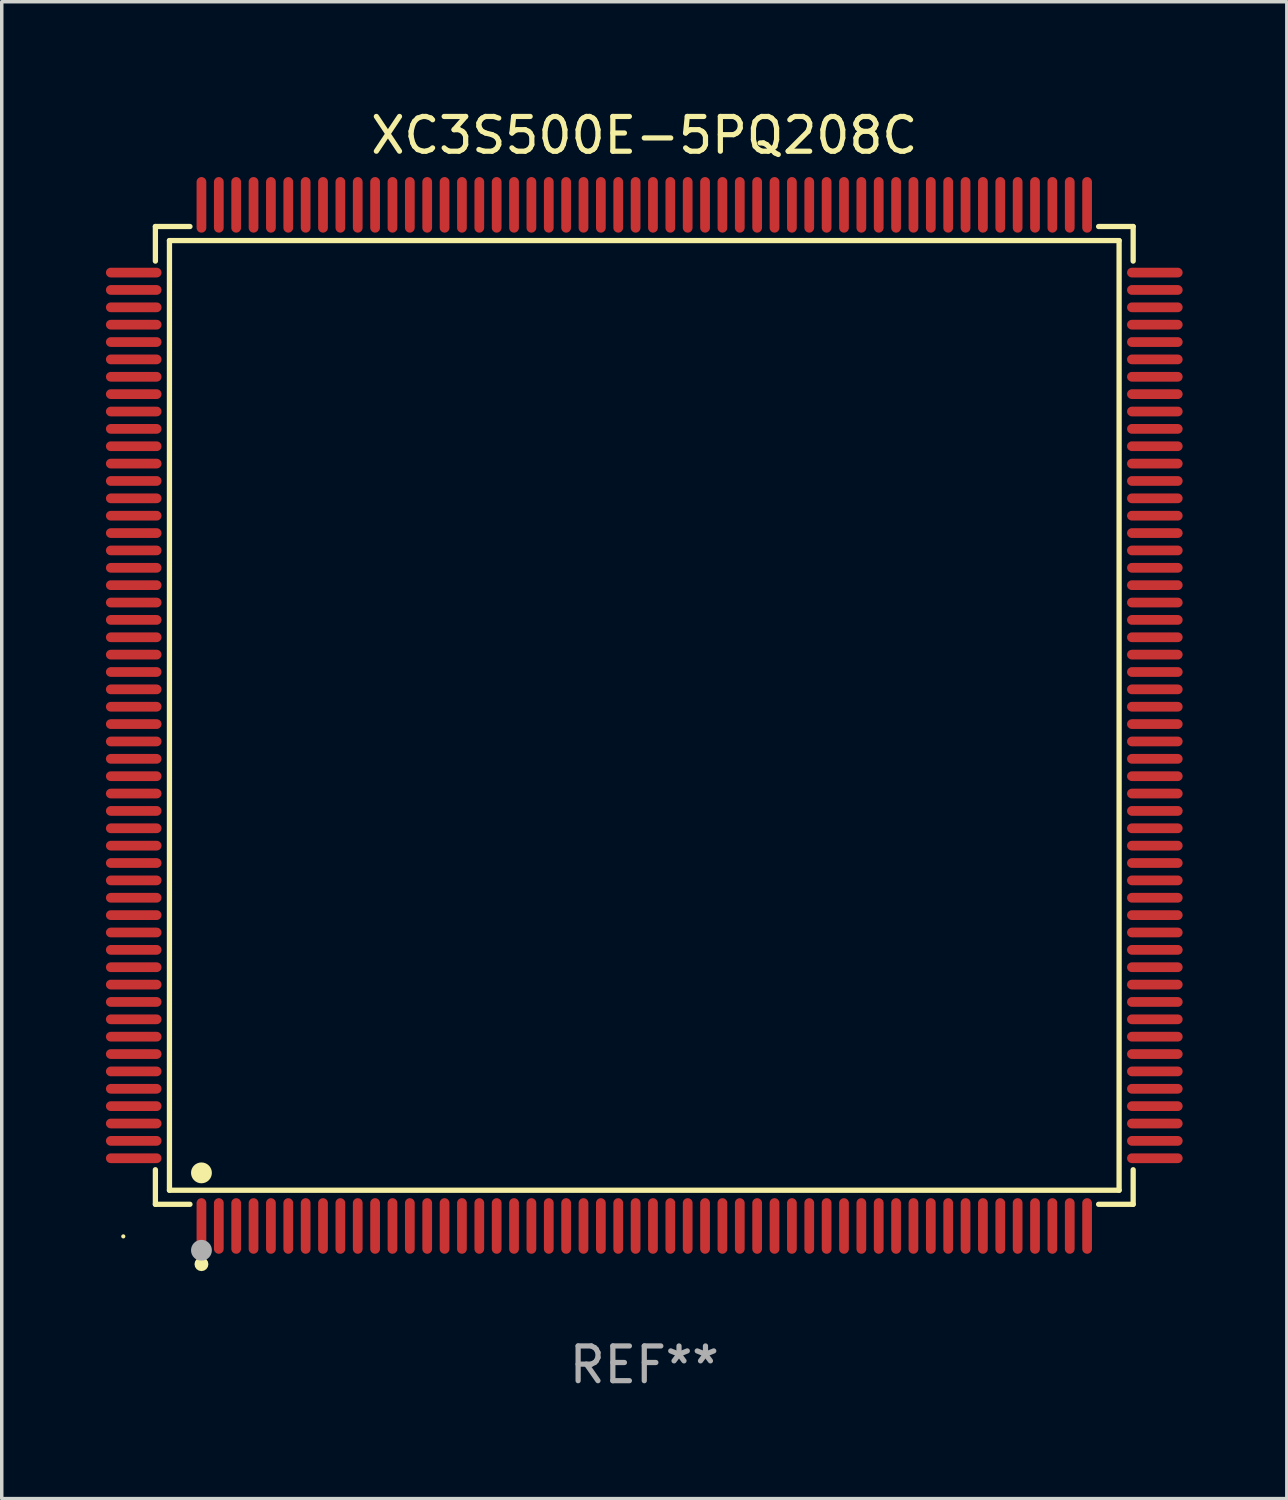
<source format=kicad_pcb>
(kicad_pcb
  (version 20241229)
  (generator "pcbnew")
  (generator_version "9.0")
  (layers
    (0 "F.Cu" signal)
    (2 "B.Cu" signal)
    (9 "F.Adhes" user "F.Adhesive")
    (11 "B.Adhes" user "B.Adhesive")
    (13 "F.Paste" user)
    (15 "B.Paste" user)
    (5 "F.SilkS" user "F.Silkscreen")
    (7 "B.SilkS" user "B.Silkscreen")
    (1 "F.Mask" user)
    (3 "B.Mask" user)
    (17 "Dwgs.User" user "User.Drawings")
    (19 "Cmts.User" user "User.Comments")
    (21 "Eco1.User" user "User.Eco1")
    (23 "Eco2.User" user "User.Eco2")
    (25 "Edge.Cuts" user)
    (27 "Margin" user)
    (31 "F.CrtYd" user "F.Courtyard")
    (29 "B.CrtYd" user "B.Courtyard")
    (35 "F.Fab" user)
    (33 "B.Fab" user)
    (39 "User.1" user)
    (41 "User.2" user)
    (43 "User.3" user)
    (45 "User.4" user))
  (footprint "XC3S500E-5PQ208C"
    (layer "F.Cu")
    (at 15.5 17.548)
    (property "Reference" "XC3S500E-5PQ208C" (at 0 -16.7 0) (layer "F.SilkS") (effects (font (size 1 1) (thickness 0.15))))
    (attr through_hole)
    (fp_line (start -14.076 -14.076) (end -13.081 -14.076) (stroke (width 0.152) (type solid)) (layer "F.SilkS"))
    (fp_line (start -14.076 -13.081) (end -14.076 -14.076) (stroke (width 0.152) (type solid)) (layer "F.SilkS"))
    (fp_line (start -14.076 13.081) (end -14.076 14.076) (stroke (width 0.152) (type solid)) (layer "F.SilkS"))
    (fp_line (start -14.076 14.076) (end -13.081 14.076) (stroke (width 0.152) (type solid)) (layer "F.SilkS"))
    (fp_line (start -13.671 -13.671) (end 13.671 -13.671) (stroke (width 0.152) (type solid)) (layer "F.SilkS"))
    (fp_line (start -13.671 13.671) (end -13.671 -13.671) (stroke (width 0.152) (type solid)) (layer "F.SilkS"))
    (fp_line (start 13.671 -13.671) (end 13.671 13.671) (stroke (width 0.152) (type solid)) (layer "F.SilkS"))
    (fp_line (start 13.671 13.671) (end -13.671 13.671) (stroke (width 0.152) (type solid)) (layer "F.SilkS"))
    (fp_line (start 14.076 -14.076) (end 13.081 -14.076) (stroke (width 0.152) (type solid)) (layer "F.SilkS"))
    (fp_line (start 14.076 -13.081) (end 14.076 -14.076) (stroke (width 0.152) (type solid)) (layer "F.SilkS"))
    (fp_line (start 14.076 13.081) (end 14.076 14.076) (stroke (width 0.152) (type solid)) (layer "F.SilkS"))
    (fp_line (start 14.076 14.076) (end 13.081 14.076) (stroke (width 0.152) (type solid)) (layer "F.SilkS"))
    (fp_circle (center -15 15) (end -14.97 15) (stroke (width 0.06) (type solid)) (fill no) (layer "F.SilkS"))
    (fp_circle (center -12.75 13.171) (end -12.6 13.171) (stroke (width 0.3) (type solid)) (fill no) (layer "F.SilkS"))
    (fp_circle (center -12.75 15.8) (end -12.65 15.8) (stroke (width 0.2) (type solid)) (fill no) (layer "F.SilkS"))
    (fp_circle (center -12.75 15.4) (end -12.6 15.4) (stroke (width 0.3) (type solid)) (fill no) (layer "F.Fab"))
    (fp_text user "REF**" (at 0 18.7 0) (layer "F.Fab") (effects (font (size 1 1) (thickness 0.15))))
    (pad "1" smd oval (at -12.75 14.7) (size 0.28 1.6) (layers "F.Cu" "F.Mask" "F.Paste"))
    (pad "2" smd oval (at -12.25 14.7) (size 0.28 1.6) (layers "F.Cu" "F.Mask" "F.Paste"))
    (pad "3" smd oval (at -11.75 14.7) (size 0.28 1.6) (layers "F.Cu" "F.Mask" "F.Paste"))
    (pad "4" smd oval (at -11.25 14.7) (size 0.28 1.6) (layers "F.Cu" "F.Mask" "F.Paste"))
    (pad "5" smd oval (at -10.75 14.7) (size 0.28 1.6) (layers "F.Cu" "F.Mask" "F.Paste"))
    (pad "6" smd oval (at -10.25 14.7) (size 0.28 1.6) (layers "F.Cu" "F.Mask" "F.Paste"))
    (pad "7" smd oval (at -9.75 14.7) (size 0.28 1.6) (layers "F.Cu" "F.Mask" "F.Paste"))
    (pad "8" smd oval (at -9.25 14.7) (size 0.28 1.6) (layers "F.Cu" "F.Mask" "F.Paste"))
    (pad "9" smd oval (at -8.75 14.7) (size 0.28 1.6) (layers "F.Cu" "F.Mask" "F.Paste"))
    (pad "10" smd oval (at -8.25 14.7) (size 0.28 1.6) (layers "F.Cu" "F.Mask" "F.Paste"))
    (pad "11" smd oval (at -7.75 14.7) (size 0.28 1.6) (layers "F.Cu" "F.Mask" "F.Paste"))
    (pad "12" smd oval (at -7.25 14.7) (size 0.28 1.6) (layers "F.Cu" "F.Mask" "F.Paste"))
    (pad "13" smd oval (at -6.75 14.7) (size 0.28 1.6) (layers "F.Cu" "F.Mask" "F.Paste"))
    (pad "14" smd oval (at -6.25 14.7) (size 0.28 1.6) (layers "F.Cu" "F.Mask" "F.Paste"))
    (pad "15" smd oval (at -5.75 14.7) (size 0.28 1.6) (layers "F.Cu" "F.Mask" "F.Paste"))
    (pad "16" smd oval (at -5.25 14.7) (size 0.28 1.6) (layers "F.Cu" "F.Mask" "F.Paste"))
    (pad "17" smd oval (at -4.75 14.7) (size 0.28 1.6) (layers "F.Cu" "F.Mask" "F.Paste"))
    (pad "18" smd oval (at -4.25 14.7) (size 0.28 1.6) (layers "F.Cu" "F.Mask" "F.Paste"))
    (pad "19" smd oval (at -3.75 14.7) (size 0.28 1.6) (layers "F.Cu" "F.Mask" "F.Paste"))
    (pad "20" smd oval (at -3.25 14.7) (size 0.28 1.6) (layers "F.Cu" "F.Mask" "F.Paste"))
    (pad "21" smd oval (at -2.75 14.7) (size 0.28 1.6) (layers "F.Cu" "F.Mask" "F.Paste"))
    (pad "22" smd oval (at -2.25 14.7) (size 0.28 1.6) (layers "F.Cu" "F.Mask" "F.Paste"))
    (pad "23" smd oval (at -1.75 14.7) (size 0.28 1.6) (layers "F.Cu" "F.Mask" "F.Paste"))
    (pad "24" smd oval (at -1.25 14.7) (size 0.28 1.6) (layers "F.Cu" "F.Mask" "F.Paste"))
    (pad "25" smd oval (at -0.75 14.7) (size 0.28 1.6) (layers "F.Cu" "F.Mask" "F.Paste"))
    (pad "26" smd oval (at -0.25 14.7) (size 0.28 1.6) (layers "F.Cu" "F.Mask" "F.Paste"))
    (pad "27" smd oval (at 0.25 14.7) (size 0.28 1.6) (layers "F.Cu" "F.Mask" "F.Paste"))
    (pad "28" smd oval (at 0.75 14.7) (size 0.28 1.6) (layers "F.Cu" "F.Mask" "F.Paste"))
    (pad "29" smd oval (at 1.25 14.7) (size 0.28 1.6) (layers "F.Cu" "F.Mask" "F.Paste"))
    (pad "30" smd oval (at 1.75 14.7) (size 0.28 1.6) (layers "F.Cu" "F.Mask" "F.Paste"))
    (pad "31" smd oval (at 2.25 14.7) (size 0.28 1.6) (layers "F.Cu" "F.Mask" "F.Paste"))
    (pad "32" smd oval (at 2.75 14.7) (size 0.28 1.6) (layers "F.Cu" "F.Mask" "F.Paste"))
    (pad "33" smd oval (at 3.25 14.7) (size 0.28 1.6) (layers "F.Cu" "F.Mask" "F.Paste"))
    (pad "34" smd oval (at 3.75 14.7) (size 0.28 1.6) (layers "F.Cu" "F.Mask" "F.Paste"))
    (pad "35" smd oval (at 4.25 14.7) (size 0.28 1.6) (layers "F.Cu" "F.Mask" "F.Paste"))
    (pad "36" smd oval (at 4.75 14.7) (size 0.28 1.6) (layers "F.Cu" "F.Mask" "F.Paste"))
    (pad "37" smd oval (at 5.25 14.7) (size 0.28 1.6) (layers "F.Cu" "F.Mask" "F.Paste"))
    (pad "38" smd oval (at 5.75 14.7) (size 0.28 1.6) (layers "F.Cu" "F.Mask" "F.Paste"))
    (pad "39" smd oval (at 6.25 14.7) (size 0.28 1.6) (layers "F.Cu" "F.Mask" "F.Paste"))
    (pad "40" smd oval (at 6.75 14.7) (size 0.28 1.6) (layers "F.Cu" "F.Mask" "F.Paste"))
    (pad "41" smd oval (at 7.25 14.7) (size 0.28 1.6) (layers "F.Cu" "F.Mask" "F.Paste"))
    (pad "42" smd oval (at 7.75 14.7) (size 0.28 1.6) (layers "F.Cu" "F.Mask" "F.Paste"))
    (pad "43" smd oval (at 8.25 14.7) (size 0.28 1.6) (layers "F.Cu" "F.Mask" "F.Paste"))
    (pad "44" smd oval (at 8.75 14.7) (size 0.28 1.6) (layers "F.Cu" "F.Mask" "F.Paste"))
    (pad "45" smd oval (at 9.25 14.7) (size 0.28 1.6) (layers "F.Cu" "F.Mask" "F.Paste"))
    (pad "46" smd oval (at 9.75 14.7) (size 0.28 1.6) (layers "F.Cu" "F.Mask" "F.Paste"))
    (pad "47" smd oval (at 10.25 14.7) (size 0.28 1.6) (layers "F.Cu" "F.Mask" "F.Paste"))
    (pad "48" smd oval (at 10.75 14.7) (size 0.28 1.6) (layers "F.Cu" "F.Mask" "F.Paste"))
    (pad "49" smd oval (at 11.25 14.7) (size 0.28 1.6) (layers "F.Cu" "F.Mask" "F.Paste"))
    (pad "50" smd oval (at 11.75 14.7) (size 0.28 1.6) (layers "F.Cu" "F.Mask" "F.Paste"))
    (pad "51" smd oval (at 12.25 14.7) (size 0.28 1.6) (layers "F.Cu" "F.Mask" "F.Paste"))
    (pad "52" smd oval (at 12.75 14.7) (size 0.28 1.6) (layers "F.Cu" "F.Mask" "F.Paste"))
    (pad "53" smd oval (at 14.7 12.75) (size 1.6 0.28) (layers "F.Cu" "F.Mask" "F.Paste"))
    (pad "54" smd oval (at 14.7 12.25) (size 1.6 0.28) (layers "F.Cu" "F.Mask" "F.Paste"))
    (pad "55" smd oval (at 14.7 11.75) (size 1.6 0.28) (layers "F.Cu" "F.Mask" "F.Paste"))
    (pad "56" smd oval (at 14.7 11.25) (size 1.6 0.28) (layers "F.Cu" "F.Mask" "F.Paste"))
    (pad "57" smd oval (at 14.7 10.75) (size 1.6 0.28) (layers "F.Cu" "F.Mask" "F.Paste"))
    (pad "58" smd oval (at 14.7 10.25) (size 1.6 0.28) (layers "F.Cu" "F.Mask" "F.Paste"))
    (pad "59" smd oval (at 14.7 9.75) (size 1.6 0.28) (layers "F.Cu" "F.Mask" "F.Paste"))
    (pad "60" smd oval (at 14.7 9.25) (size 1.6 0.28) (layers "F.Cu" "F.Mask" "F.Paste"))
    (pad "61" smd oval (at 14.7 8.75) (size 1.6 0.28) (layers "F.Cu" "F.Mask" "F.Paste"))
    (pad "62" smd oval (at 14.7 8.25) (size 1.6 0.28) (layers "F.Cu" "F.Mask" "F.Paste"))
    (pad "63" smd oval (at 14.7 7.75) (size 1.6 0.28) (layers "F.Cu" "F.Mask" "F.Paste"))
    (pad "64" smd oval (at 14.7 7.25) (size 1.6 0.28) (layers "F.Cu" "F.Mask" "F.Paste"))
    (pad "65" smd oval (at 14.7 6.75) (size 1.6 0.28) (layers "F.Cu" "F.Mask" "F.Paste"))
    (pad "66" smd oval (at 14.7 6.25) (size 1.6 0.28) (layers "F.Cu" "F.Mask" "F.Paste"))
    (pad "67" smd oval (at 14.7 5.75) (size 1.6 0.28) (layers "F.Cu" "F.Mask" "F.Paste"))
    (pad "68" smd oval (at 14.7 5.25) (size 1.6 0.28) (layers "F.Cu" "F.Mask" "F.Paste"))
    (pad "69" smd oval (at 14.7 4.75) (size 1.6 0.28) (layers "F.Cu" "F.Mask" "F.Paste"))
    (pad "70" smd oval (at 14.7 4.25) (size 1.6 0.28) (layers "F.Cu" "F.Mask" "F.Paste"))
    (pad "71" smd oval (at 14.7 3.75) (size 1.6 0.28) (layers "F.Cu" "F.Mask" "F.Paste"))
    (pad "72" smd oval (at 14.7 3.25) (size 1.6 0.28) (layers "F.Cu" "F.Mask" "F.Paste"))
    (pad "73" smd oval (at 14.7 2.75) (size 1.6 0.28) (layers "F.Cu" "F.Mask" "F.Paste"))
    (pad "74" smd oval (at 14.7 2.25) (size 1.6 0.28) (layers "F.Cu" "F.Mask" "F.Paste"))
    (pad "75" smd oval (at 14.7 1.75) (size 1.6 0.28) (layers "F.Cu" "F.Mask" "F.Paste"))
    (pad "76" smd oval (at 14.7 1.25) (size 1.6 0.28) (layers "F.Cu" "F.Mask" "F.Paste"))
    (pad "77" smd oval (at 14.7 0.75) (size 1.6 0.28) (layers "F.Cu" "F.Mask" "F.Paste"))
    (pad "78" smd oval (at 14.7 0.25) (size 1.6 0.28) (layers "F.Cu" "F.Mask" "F.Paste"))
    (pad "79" smd oval (at 14.7 -0.25) (size 1.6 0.28) (layers "F.Cu" "F.Mask" "F.Paste"))
    (pad "80" smd oval (at 14.7 -0.75) (size 1.6 0.28) (layers "F.Cu" "F.Mask" "F.Paste"))
    (pad "81" smd oval (at 14.7 -1.25) (size 1.6 0.28) (layers "F.Cu" "F.Mask" "F.Paste"))
    (pad "82" smd oval (at 14.7 -1.75) (size 1.6 0.28) (layers "F.Cu" "F.Mask" "F.Paste"))
    (pad "83" smd oval (at 14.7 -2.25) (size 1.6 0.28) (layers "F.Cu" "F.Mask" "F.Paste"))
    (pad "84" smd oval (at 14.7 -2.75) (size 1.6 0.28) (layers "F.Cu" "F.Mask" "F.Paste"))
    (pad "85" smd oval (at 14.7 -3.25) (size 1.6 0.28) (layers "F.Cu" "F.Mask" "F.Paste"))
    (pad "86" smd oval (at 14.7 -3.75) (size 1.6 0.28) (layers "F.Cu" "F.Mask" "F.Paste"))
    (pad "87" smd oval (at 14.7 -4.25) (size 1.6 0.28) (layers "F.Cu" "F.Mask" "F.Paste"))
    (pad "88" smd oval (at 14.7 -4.75) (size 1.6 0.28) (layers "F.Cu" "F.Mask" "F.Paste"))
    (pad "89" smd oval (at 14.7 -5.25) (size 1.6 0.28) (layers "F.Cu" "F.Mask" "F.Paste"))
    (pad "90" smd oval (at 14.7 -5.75) (size 1.6 0.28) (layers "F.Cu" "F.Mask" "F.Paste"))
    (pad "91" smd oval (at 14.7 -6.25) (size 1.6 0.28) (layers "F.Cu" "F.Mask" "F.Paste"))
    (pad "92" smd oval (at 14.7 -6.75) (size 1.6 0.28) (layers "F.Cu" "F.Mask" "F.Paste"))
    (pad "93" smd oval (at 14.7 -7.25) (size 1.6 0.28) (layers "F.Cu" "F.Mask" "F.Paste"))
    (pad "94" smd oval (at 14.7 -7.75) (size 1.6 0.28) (layers "F.Cu" "F.Mask" "F.Paste"))
    (pad "95" smd oval (at 14.7 -8.25) (size 1.6 0.28) (layers "F.Cu" "F.Mask" "F.Paste"))
    (pad "96" smd oval (at 14.7 -8.75) (size 1.6 0.28) (layers "F.Cu" "F.Mask" "F.Paste"))
    (pad "97" smd oval (at 14.7 -9.25) (size 1.6 0.28) (layers "F.Cu" "F.Mask" "F.Paste"))
    (pad "98" smd oval (at 14.7 -9.75) (size 1.6 0.28) (layers "F.Cu" "F.Mask" "F.Paste"))
    (pad "99" smd oval (at 14.7 -10.25) (size 1.6 0.28) (layers "F.Cu" "F.Mask" "F.Paste"))
    (pad "100" smd oval (at 14.7 -10.75) (size 1.6 0.28) (layers "F.Cu" "F.Mask" "F.Paste"))
    (pad "101" smd oval (at 14.7 -11.25) (size 1.6 0.28) (layers "F.Cu" "F.Mask" "F.Paste"))
    (pad "102" smd oval (at 14.7 -11.75) (size 1.6 0.28) (layers "F.Cu" "F.Mask" "F.Paste"))
    (pad "103" smd oval (at 14.7 -12.25) (size 1.6 0.28) (layers "F.Cu" "F.Mask" "F.Paste"))
    (pad "104" smd oval (at 14.7 -12.75) (size 1.6 0.28) (layers "F.Cu" "F.Mask" "F.Paste"))
    (pad "105" smd oval (at 12.75 -14.7) (size 0.28 1.6) (layers "F.Cu" "F.Mask" "F.Paste"))
    (pad "106" smd oval (at 12.25 -14.7) (size 0.28 1.6) (layers "F.Cu" "F.Mask" "F.Paste"))
    (pad "107" smd oval (at 11.75 -14.7) (size 0.28 1.6) (layers "F.Cu" "F.Mask" "F.Paste"))
    (pad "108" smd oval (at 11.25 -14.7) (size 0.28 1.6) (layers "F.Cu" "F.Mask" "F.Paste"))
    (pad "109" smd oval (at 10.75 -14.7) (size 0.28 1.6) (layers "F.Cu" "F.Mask" "F.Paste"))
    (pad "110" smd oval (at 10.25 -14.7) (size 0.28 1.6) (layers "F.Cu" "F.Mask" "F.Paste"))
    (pad "111" smd oval (at 9.75 -14.7) (size 0.28 1.6) (layers "F.Cu" "F.Mask" "F.Paste"))
    (pad "112" smd oval (at 9.25 -14.7) (size 0.28 1.6) (layers "F.Cu" "F.Mask" "F.Paste"))
    (pad "113" smd oval (at 8.75 -14.7) (size 0.28 1.6) (layers "F.Cu" "F.Mask" "F.Paste"))
    (pad "114" smd oval (at 8.25 -14.7) (size 0.28 1.6) (layers "F.Cu" "F.Mask" "F.Paste"))
    (pad "115" smd oval (at 7.75 -14.7) (size 0.28 1.6) (layers "F.Cu" "F.Mask" "F.Paste"))
    (pad "116" smd oval (at 7.25 -14.7) (size 0.28 1.6) (layers "F.Cu" "F.Mask" "F.Paste"))
    (pad "117" smd oval (at 6.75 -14.7) (size 0.28 1.6) (layers "F.Cu" "F.Mask" "F.Paste"))
    (pad "118" smd oval (at 6.25 -14.7) (size 0.28 1.6) (layers "F.Cu" "F.Mask" "F.Paste"))
    (pad "119" smd oval (at 5.75 -14.7) (size 0.28 1.6) (layers "F.Cu" "F.Mask" "F.Paste"))
    (pad "120" smd oval (at 5.25 -14.7) (size 0.28 1.6) (layers "F.Cu" "F.Mask" "F.Paste"))
    (pad "121" smd oval (at 4.75 -14.7) (size 0.28 1.6) (layers "F.Cu" "F.Mask" "F.Paste"))
    (pad "122" smd oval (at 4.25 -14.7) (size 0.28 1.6) (layers "F.Cu" "F.Mask" "F.Paste"))
    (pad "123" smd oval (at 3.75 -14.7) (size 0.28 1.6) (layers "F.Cu" "F.Mask" "F.Paste"))
    (pad "124" smd oval (at 3.25 -14.7) (size 0.28 1.6) (layers "F.Cu" "F.Mask" "F.Paste"))
    (pad "125" smd oval (at 2.75 -14.7) (size 0.28 1.6) (layers "F.Cu" "F.Mask" "F.Paste"))
    (pad "126" smd oval (at 2.25 -14.7) (size 0.28 1.6) (layers "F.Cu" "F.Mask" "F.Paste"))
    (pad "127" smd oval (at 1.75 -14.7) (size 0.28 1.6) (layers "F.Cu" "F.Mask" "F.Paste"))
    (pad "128" smd oval (at 1.25 -14.7) (size 0.28 1.6) (layers "F.Cu" "F.Mask" "F.Paste"))
    (pad "129" smd oval (at 0.75 -14.7) (size 0.28 1.6) (layers "F.Cu" "F.Mask" "F.Paste"))
    (pad "130" smd oval (at 0.25 -14.7) (size 0.28 1.6) (layers "F.Cu" "F.Mask" "F.Paste"))
    (pad "131" smd oval (at -0.25 -14.7) (size 0.28 1.6) (layers "F.Cu" "F.Mask" "F.Paste"))
    (pad "132" smd oval (at -0.75 -14.7) (size 0.28 1.6) (layers "F.Cu" "F.Mask" "F.Paste"))
    (pad "133" smd oval (at -1.25 -14.7) (size 0.28 1.6) (layers "F.Cu" "F.Mask" "F.Paste"))
    (pad "134" smd oval (at -1.75 -14.7) (size 0.28 1.6) (layers "F.Cu" "F.Mask" "F.Paste"))
    (pad "135" smd oval (at -2.25 -14.7) (size 0.28 1.6) (layers "F.Cu" "F.Mask" "F.Paste"))
    (pad "136" smd oval (at -2.75 -14.7) (size 0.28 1.6) (layers "F.Cu" "F.Mask" "F.Paste"))
    (pad "137" smd oval (at -3.25 -14.7) (size 0.28 1.6) (layers "F.Cu" "F.Mask" "F.Paste"))
    (pad "138" smd oval (at -3.75 -14.7) (size 0.28 1.6) (layers "F.Cu" "F.Mask" "F.Paste"))
    (pad "139" smd oval (at -4.25 -14.7) (size 0.28 1.6) (layers "F.Cu" "F.Mask" "F.Paste"))
    (pad "140" smd oval (at -4.75 -14.7) (size 0.28 1.6) (layers "F.Cu" "F.Mask" "F.Paste"))
    (pad "141" smd oval (at -5.25 -14.7) (size 0.28 1.6) (layers "F.Cu" "F.Mask" "F.Paste"))
    (pad "142" smd oval (at -5.75 -14.7) (size 0.28 1.6) (layers "F.Cu" "F.Mask" "F.Paste"))
    (pad "143" smd oval (at -6.25 -14.7) (size 0.28 1.6) (layers "F.Cu" "F.Mask" "F.Paste"))
    (pad "144" smd oval (at -6.75 -14.7) (size 0.28 1.6) (layers "F.Cu" "F.Mask" "F.Paste"))
    (pad "145" smd oval (at -7.25 -14.7) (size 0.28 1.6) (layers "F.Cu" "F.Mask" "F.Paste"))
    (pad "146" smd oval (at -7.75 -14.7) (size 0.28 1.6) (layers "F.Cu" "F.Mask" "F.Paste"))
    (pad "147" smd oval (at -8.25 -14.7) (size 0.28 1.6) (layers "F.Cu" "F.Mask" "F.Paste"))
    (pad "148" smd oval (at -8.75 -14.7) (size 0.28 1.6) (layers "F.Cu" "F.Mask" "F.Paste"))
    (pad "149" smd oval (at -9.25 -14.7) (size 0.28 1.6) (layers "F.Cu" "F.Mask" "F.Paste"))
    (pad "150" smd oval (at -9.75 -14.7) (size 0.28 1.6) (layers "F.Cu" "F.Mask" "F.Paste"))
    (pad "151" smd oval (at -10.25 -14.7) (size 0.28 1.6) (layers "F.Cu" "F.Mask" "F.Paste"))
    (pad "152" smd oval (at -10.75 -14.7) (size 0.28 1.6) (layers "F.Cu" "F.Mask" "F.Paste"))
    (pad "153" smd oval (at -11.25 -14.7) (size 0.28 1.6) (layers "F.Cu" "F.Mask" "F.Paste"))
    (pad "154" smd oval (at -11.75 -14.7) (size 0.28 1.6) (layers "F.Cu" "F.Mask" "F.Paste"))
    (pad "155" smd oval (at -12.25 -14.7) (size 0.28 1.6) (layers "F.Cu" "F.Mask" "F.Paste"))
    (pad "156" smd oval (at -12.75 -14.7) (size 0.28 1.6) (layers "F.Cu" "F.Mask" "F.Paste"))
    (pad "157" smd oval (at -14.7 -12.75) (size 1.6 0.28) (layers "F.Cu" "F.Mask" "F.Paste"))
    (pad "158" smd oval (at -14.7 -12.25) (size 1.6 0.28) (layers "F.Cu" "F.Mask" "F.Paste"))
    (pad "159" smd oval (at -14.7 -11.75) (size 1.6 0.28) (layers "F.Cu" "F.Mask" "F.Paste"))
    (pad "160" smd oval (at -14.7 -11.25) (size 1.6 0.28) (layers "F.Cu" "F.Mask" "F.Paste"))
    (pad "161" smd oval (at -14.7 -10.75) (size 1.6 0.28) (layers "F.Cu" "F.Mask" "F.Paste"))
    (pad "162" smd oval (at -14.7 -10.25) (size 1.6 0.28) (layers "F.Cu" "F.Mask" "F.Paste"))
    (pad "163" smd oval (at -14.7 -9.75) (size 1.6 0.28) (layers "F.Cu" "F.Mask" "F.Paste"))
    (pad "164" smd oval (at -14.7 -9.25) (size 1.6 0.28) (layers "F.Cu" "F.Mask" "F.Paste"))
    (pad "165" smd oval (at -14.7 -8.75) (size 1.6 0.28) (layers "F.Cu" "F.Mask" "F.Paste"))
    (pad "166" smd oval (at -14.7 -8.25) (size 1.6 0.28) (layers "F.Cu" "F.Mask" "F.Paste"))
    (pad "167" smd oval (at -14.7 -7.75) (size 1.6 0.28) (layers "F.Cu" "F.Mask" "F.Paste"))
    (pad "168" smd oval (at -14.7 -7.25) (size 1.6 0.28) (layers "F.Cu" "F.Mask" "F.Paste"))
    (pad "169" smd oval (at -14.7 -6.75) (size 1.6 0.28) (layers "F.Cu" "F.Mask" "F.Paste"))
    (pad "170" smd oval (at -14.7 -6.25) (size 1.6 0.28) (layers "F.Cu" "F.Mask" "F.Paste"))
    (pad "171" smd oval (at -14.7 -5.75) (size 1.6 0.28) (layers "F.Cu" "F.Mask" "F.Paste"))
    (pad "172" smd oval (at -14.7 -5.25) (size 1.6 0.28) (layers "F.Cu" "F.Mask" "F.Paste"))
    (pad "173" smd oval (at -14.7 -4.75) (size 1.6 0.28) (layers "F.Cu" "F.Mask" "F.Paste"))
    (pad "174" smd oval (at -14.7 -4.25) (size 1.6 0.28) (layers "F.Cu" "F.Mask" "F.Paste"))
    (pad "175" smd oval (at -14.7 -3.75) (size 1.6 0.28) (layers "F.Cu" "F.Mask" "F.Paste"))
    (pad "176" smd oval (at -14.7 -3.25) (size 1.6 0.28) (layers "F.Cu" "F.Mask" "F.Paste"))
    (pad "177" smd oval (at -14.7 -2.75) (size 1.6 0.28) (layers "F.Cu" "F.Mask" "F.Paste"))
    (pad "178" smd oval (at -14.7 -2.25) (size 1.6 0.28) (layers "F.Cu" "F.Mask" "F.Paste"))
    (pad "179" smd oval (at -14.7 -1.75) (size 1.6 0.28) (layers "F.Cu" "F.Mask" "F.Paste"))
    (pad "180" smd oval (at -14.7 -1.25) (size 1.6 0.28) (layers "F.Cu" "F.Mask" "F.Paste"))
    (pad "181" smd oval (at -14.7 -0.75) (size 1.6 0.28) (layers "F.Cu" "F.Mask" "F.Paste"))
    (pad "182" smd oval (at -14.7 -0.25) (size 1.6 0.28) (layers "F.Cu" "F.Mask" "F.Paste"))
    (pad "183" smd oval (at -14.7 0.25) (size 1.6 0.28) (layers "F.Cu" "F.Mask" "F.Paste"))
    (pad "184" smd oval (at -14.7 0.75) (size 1.6 0.28) (layers "F.Cu" "F.Mask" "F.Paste"))
    (pad "185" smd oval (at -14.7 1.25) (size 1.6 0.28) (layers "F.Cu" "F.Mask" "F.Paste"))
    (pad "186" smd oval (at -14.7 1.75) (size 1.6 0.28) (layers "F.Cu" "F.Mask" "F.Paste"))
    (pad "187" smd oval (at -14.7 2.25) (size 1.6 0.28) (layers "F.Cu" "F.Mask" "F.Paste"))
    (pad "188" smd oval (at -14.7 2.75) (size 1.6 0.28) (layers "F.Cu" "F.Mask" "F.Paste"))
    (pad "189" smd oval (at -14.7 3.25) (size 1.6 0.28) (layers "F.Cu" "F.Mask" "F.Paste"))
    (pad "190" smd oval (at -14.7 3.75) (size 1.6 0.28) (layers "F.Cu" "F.Mask" "F.Paste"))
    (pad "191" smd oval (at -14.7 4.25) (size 1.6 0.28) (layers "F.Cu" "F.Mask" "F.Paste"))
    (pad "192" smd oval (at -14.7 4.75) (size 1.6 0.28) (layers "F.Cu" "F.Mask" "F.Paste"))
    (pad "193" smd oval (at -14.7 5.25) (size 1.6 0.28) (layers "F.Cu" "F.Mask" "F.Paste"))
    (pad "194" smd oval (at -14.7 5.75) (size 1.6 0.28) (layers "F.Cu" "F.Mask" "F.Paste"))
    (pad "195" smd oval (at -14.7 6.25) (size 1.6 0.28) (layers "F.Cu" "F.Mask" "F.Paste"))
    (pad "196" smd oval (at -14.7 6.75) (size 1.6 0.28) (layers "F.Cu" "F.Mask" "F.Paste"))
    (pad "197" smd oval (at -14.7 7.25) (size 1.6 0.28) (layers "F.Cu" "F.Mask" "F.Paste"))
    (pad "198" smd oval (at -14.7 7.75) (size 1.6 0.28) (layers "F.Cu" "F.Mask" "F.Paste"))
    (pad "199" smd oval (at -14.7 8.25) (size 1.6 0.28) (layers "F.Cu" "F.Mask" "F.Paste"))
    (pad "200" smd oval (at -14.7 8.75) (size 1.6 0.28) (layers "F.Cu" "F.Mask" "F.Paste"))
    (pad "201" smd oval (at -14.7 9.25) (size 1.6 0.28) (layers "F.Cu" "F.Mask" "F.Paste"))
    (pad "202" smd oval (at -14.7 9.75) (size 1.6 0.28) (layers "F.Cu" "F.Mask" "F.Paste"))
    (pad "203" smd oval (at -14.7 10.25) (size 1.6 0.28) (layers "F.Cu" "F.Mask" "F.Paste"))
    (pad "204" smd oval (at -14.7 10.75) (size 1.6 0.28) (layers "F.Cu" "F.Mask" "F.Paste"))
    (pad "205" smd oval (at -14.7 11.25) (size 1.6 0.28) (layers "F.Cu" "F.Mask" "F.Paste"))
    (pad "206" smd oval (at -14.7 11.75) (size 1.6 0.28) (layers "F.Cu" "F.Mask" "F.Paste"))
    (pad "207" smd oval (at -14.7 12.25) (size 1.6 0.28) (layers "F.Cu" "F.Mask" "F.Paste"))
    (pad "208" smd oval (at -14.7 12.75) (size 1.6 0.28) (layers "F.Cu" "F.Mask" "F.Paste")))
  (gr_rect
    (start -3 -3)
    (end 34 40.097)
    (stroke (width 0.1) (type default))
    (fill no)
    (layer "Edge.Cuts")))
</source>
